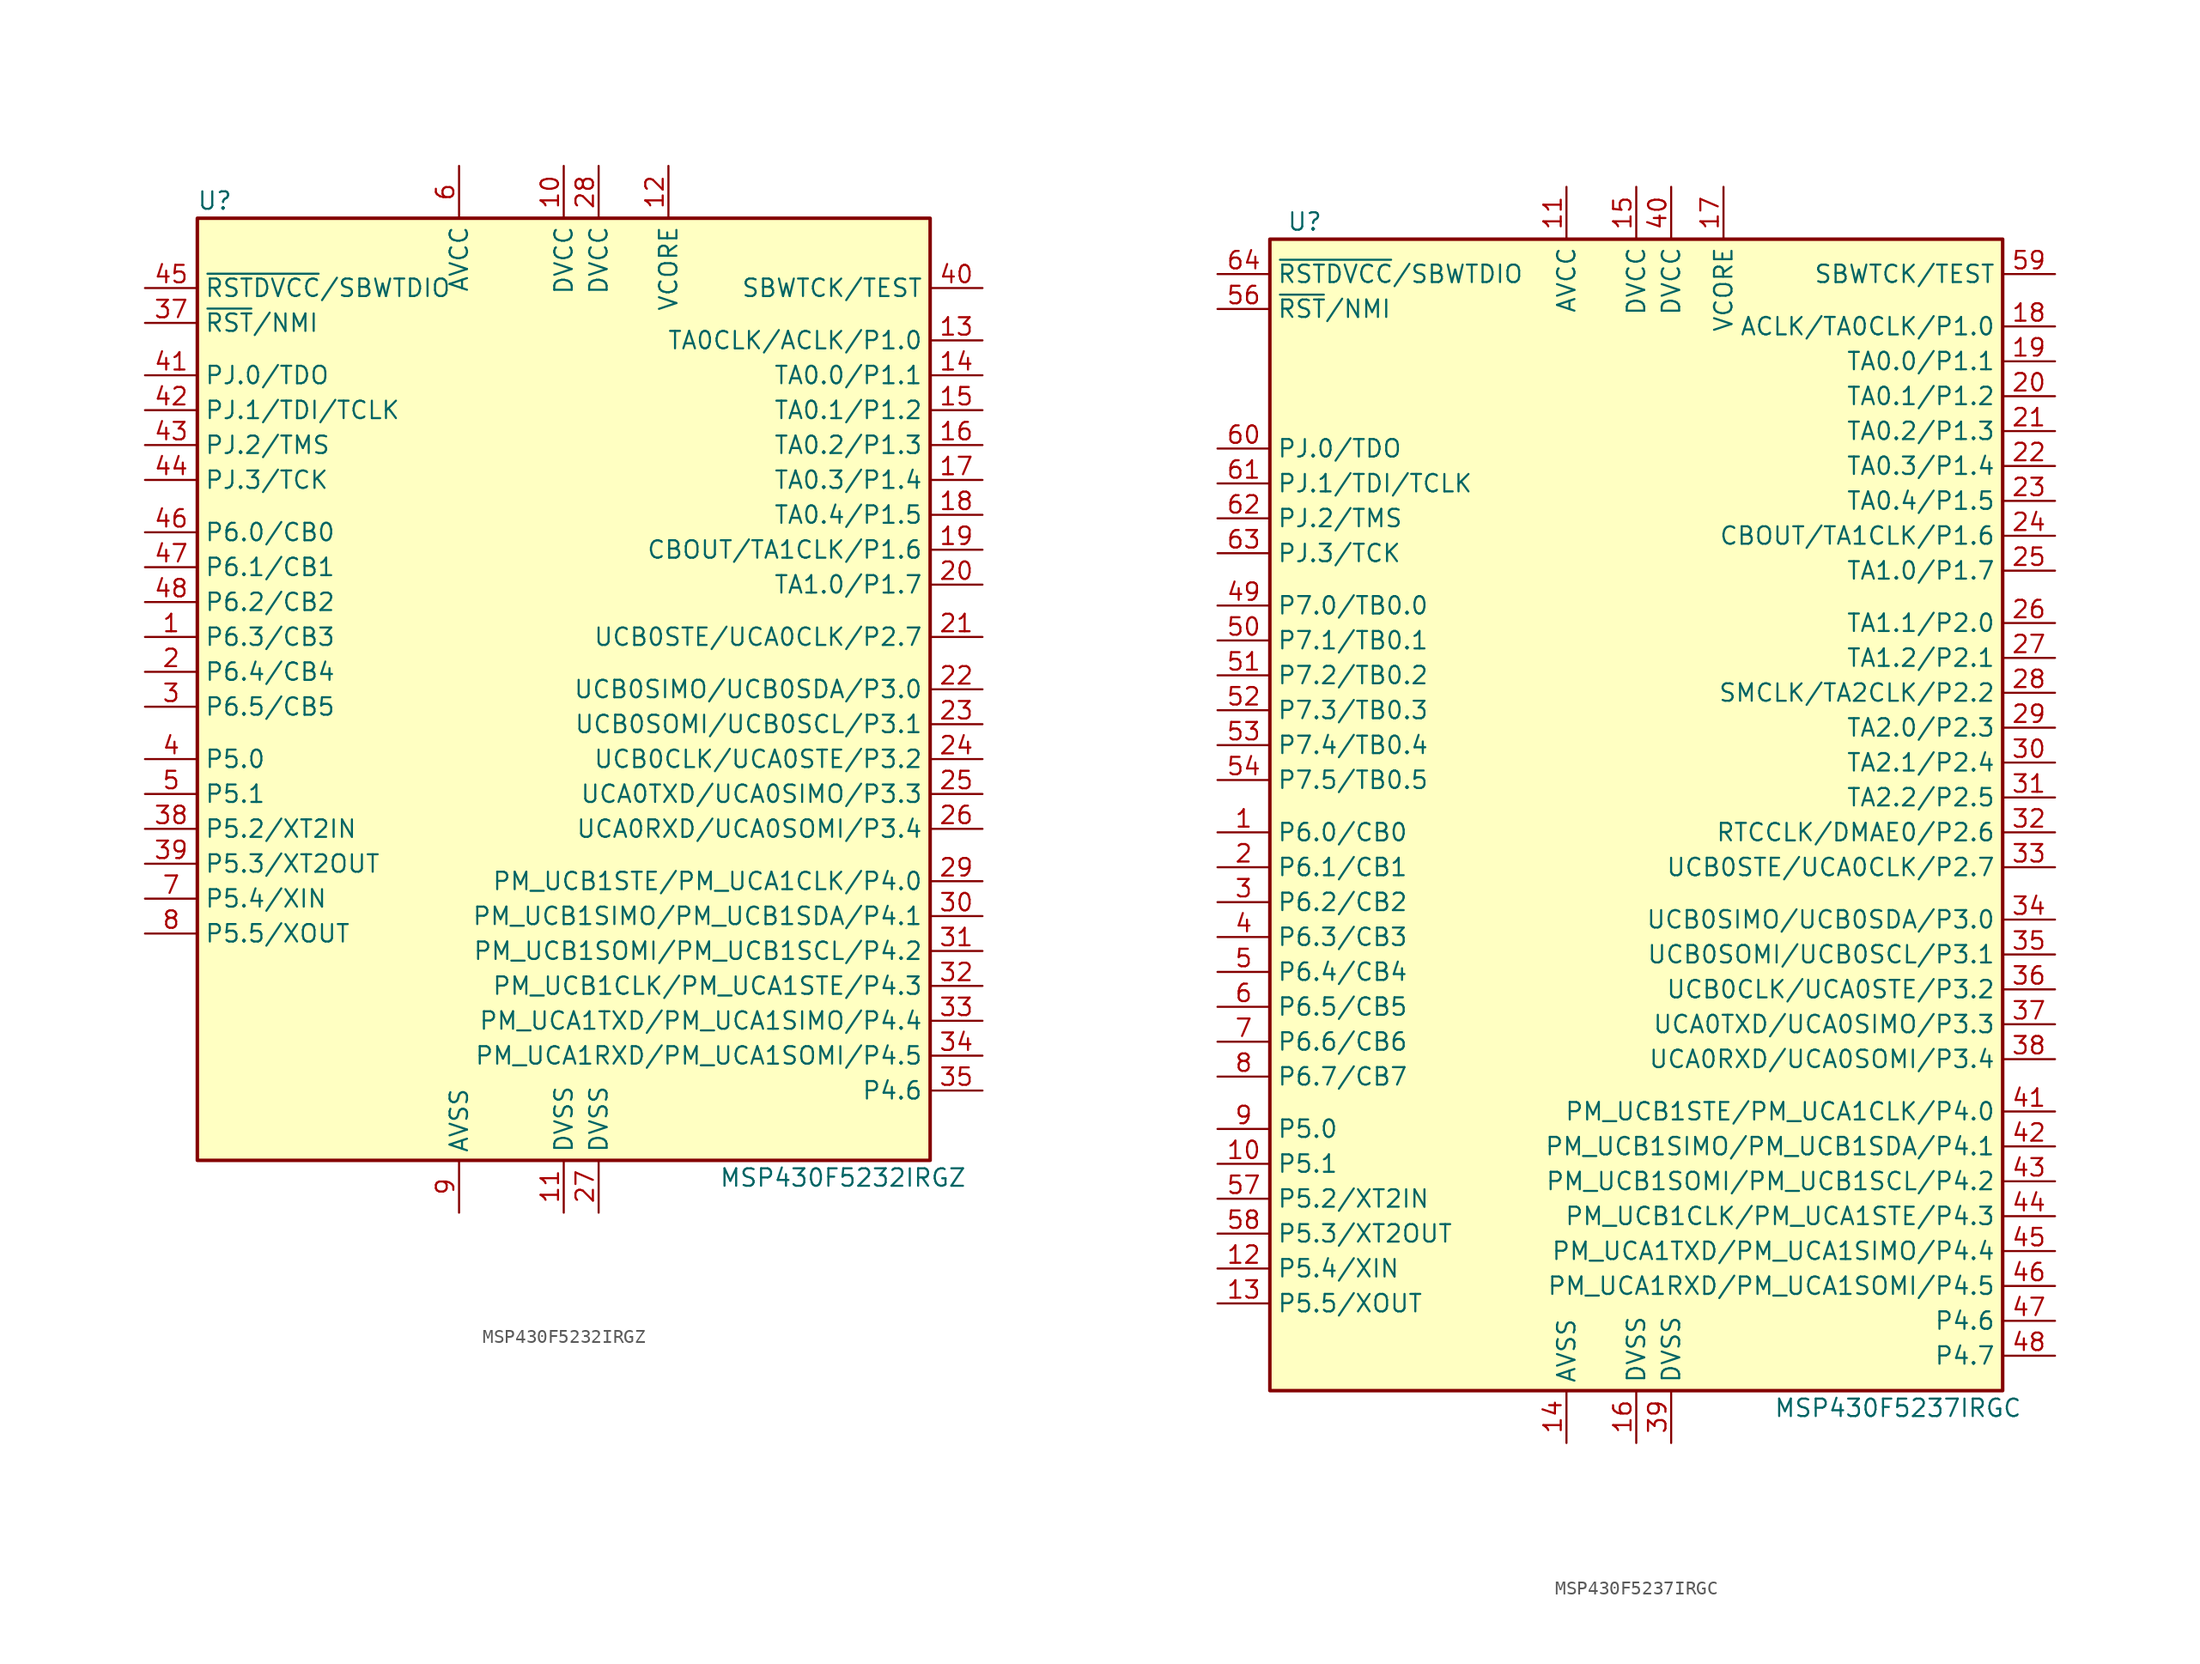
<source format=kicad_sym>
(kicad_symbol_lib
  (version 20231120)
  (generator "kicad_symbol_editor")
  (generator_version "8.0")
  (symbol "MSP430F5232IRGZ"
    (property "Reference" "U"
      (at -25.4 35.56 0)
      (effects (font (size 1.27 1.27))))
    (property "Value" "MSP430F5232IRGZ"
      (at 20.32 -35.56 0)
      (effects (font (size 1.27 1.27))))
    (symbol "MSP430F5232IRGZ_0_1"
      (rectangle (start -26.67 34.29) (end 26.67 -34.29) (stroke (width 0.254) (type default)) (fill (type background))))
    (symbol "MSP430F5232IRGZ_1_1"
      (pin bidirectional line (at -30.48 3.81 0) (length 3.81) (name "P6.3/CB3" (effects (font (size 1.27 1.27)))) (number "1" (effects (font (size 1.27 1.27)))))
      (pin power_in line (at 0 38.1 270) (length 3.81) (name "DVCC" (effects (font (size 1.27 1.27)))) (number "10" (effects (font (size 1.27 1.27)))))
      (pin power_in line (at 0 -38.1 90) (length 3.81) (name "DVSS" (effects (font (size 1.27 1.27)))) (number "11" (effects (font (size 1.27 1.27)))))
      (pin passive line (at 7.62 38.1 270) (length 3.81) (name "VCORE" (effects (font (size 1.27 1.27)))) (number "12" (effects (font (size 1.27 1.27)))))
      (pin bidirectional line (at 30.48 25.4 180) (length 3.81) (name "TA0CLK/ACLK/P1.0" (effects (font (size 1.27 1.27)))) (number "13" (effects (font (size 1.27 1.27)))))
      (pin bidirectional line (at 30.48 22.86 180) (length 3.81) (name "TA0.0/P1.1" (effects (font (size 1.27 1.27)))) (number "14" (effects (font (size 1.27 1.27)))))
      (pin bidirectional line (at 30.48 20.32 180) (length 3.81) (name "TA0.1/P1.2" (effects (font (size 1.27 1.27)))) (number "15" (effects (font (size 1.27 1.27)))))
      (pin bidirectional line (at 30.48 17.78 180) (length 3.81) (name "TA0.2/P1.3" (effects (font (size 1.27 1.27)))) (number "16" (effects (font (size 1.27 1.27)))))
      (pin bidirectional line (at 30.48 15.24 180) (length 3.81) (name "TA0.3/P1.4" (effects (font (size 1.27 1.27)))) (number "17" (effects (font (size 1.27 1.27)))))
      (pin bidirectional line (at 30.48 12.7 180) (length 3.81) (name "TA0.4/P1.5" (effects (font (size 1.27 1.27)))) (number "18" (effects (font (size 1.27 1.27)))))
      (pin bidirectional line (at 30.48 10.16 180) (length 3.81) (name "CBOUT/TA1CLK/P1.6" (effects (font (size 1.27 1.27)))) (number "19" (effects (font (size 1.27 1.27)))))
      (pin bidirectional line (at -30.48 1.27 0) (length 3.81) (name "P6.4/CB4" (effects (font (size 1.27 1.27)))) (number "2" (effects (font (size 1.27 1.27)))))
      (pin bidirectional line (at 30.48 7.62 180) (length 3.81) (name "TA1.0/P1.7" (effects (font (size 1.27 1.27)))) (number "20" (effects (font (size 1.27 1.27)))))
      (pin bidirectional line (at 30.48 3.81 180) (length 3.81) (name "UCB0STE/UCA0CLK/P2.7" (effects (font (size 1.27 1.27)))) (number "21" (effects (font (size 1.27 1.27)))))
      (pin bidirectional line (at 30.48 0 180) (length 3.81) (name "UCB0SIMO/UCB0SDA/P3.0" (effects (font (size 1.27 1.27)))) (number "22" (effects (font (size 1.27 1.27)))))
      (pin bidirectional line (at 30.48 -2.54 180) (length 3.81) (name "UCB0SOMI/UCB0SCL/P3.1" (effects (font (size 1.27 1.27)))) (number "23" (effects (font (size 1.27 1.27)))))
      (pin bidirectional line (at 30.48 -5.08 180) (length 3.81) (name "UCB0CLK/UCA0STE/P3.2" (effects (font (size 1.27 1.27)))) (number "24" (effects (font (size 1.27 1.27)))))
      (pin bidirectional line (at 30.48 -7.62 180) (length 3.81) (name "UCA0TXD/UCA0SIMO/P3.3" (effects (font (size 1.27 1.27)))) (number "25" (effects (font (size 1.27 1.27)))))
      (pin bidirectional line (at 30.48 -10.16 180) (length 3.81) (name "UCA0RXD/UCA0SOMI/P3.4" (effects (font (size 1.27 1.27)))) (number "26" (effects (font (size 1.27 1.27)))))
      (pin power_in line (at 2.54 -38.1 90) (length 3.81) (name "DVSS" (effects (font (size 1.27 1.27)))) (number "27" (effects (font (size 1.27 1.27)))))
      (pin power_in line (at 2.54 38.1 270) (length 3.81) (name "DVCC" (effects (font (size 1.27 1.27)))) (number "28" (effects (font (size 1.27 1.27)))))
      (pin bidirectional line (at 30.48 -13.97 180) (length 3.81) (name "PM_UCB1STE/PM_UCA1CLK/P4.0" (effects (font (size 1.27 1.27)))) (number "29" (effects (font (size 1.27 1.27)))))
      (pin bidirectional line (at -30.48 -1.27 0) (length 3.81) (name "P6.5/CB5" (effects (font (size 1.27 1.27)))) (number "3" (effects (font (size 1.27 1.27)))))
      (pin bidirectional line (at 30.48 -16.51 180) (length 3.81) (name "PM_UCB1SIMO/PM_UCB1SDA/P4.1" (effects (font (size 1.27 1.27)))) (number "30" (effects (font (size 1.27 1.27)))))
      (pin bidirectional line (at 30.48 -19.05 180) (length 3.81) (name "PM_UCB1SOMI/PM_UCB1SCL/P4.2" (effects (font (size 1.27 1.27)))) (number "31" (effects (font (size 1.27 1.27)))))
      (pin bidirectional line (at 30.48 -21.59 180) (length 3.81) (name "PM_UCB1CLK/PM_UCA1STE/P4.3" (effects (font (size 1.27 1.27)))) (number "32" (effects (font (size 1.27 1.27)))))
      (pin bidirectional line (at 30.48 -24.13 180) (length 3.81) (name "PM_UCA1TXD/PM_UCA1SIMO/P4.4" (effects (font (size 1.27 1.27)))) (number "33" (effects (font (size 1.27 1.27)))))
      (pin bidirectional line (at 30.48 -26.67 180) (length 3.81) (name "PM_UCA1RXD/PM_UCA1SOMI/P4.5" (effects (font (size 1.27 1.27)))) (number "34" (effects (font (size 1.27 1.27)))))
      (pin bidirectional line (at 30.48 -29.21 180) (length 3.81) (name "P4.6" (effects (font (size 1.27 1.27)))) (number "35" (effects (font (size 1.27 1.27)))))
      (pin input line (at -30.48 26.67 0) (length 3.81) (name "~{RST}/NMI" (effects (font (size 1.27 1.27)))) (number "37" (effects (font (size 1.27 1.27)))))
      (pin bidirectional line (at -30.48 -10.16 0) (length 3.81) (name "P5.2/XT2IN" (effects (font (size 1.27 1.27)))) (number "38" (effects (font (size 1.27 1.27)))))
      (pin bidirectional line (at -30.48 -12.7 0) (length 3.81) (name "P5.3/XT2OUT" (effects (font (size 1.27 1.27)))) (number "39" (effects (font (size 1.27 1.27)))))
      (pin bidirectional line (at -30.48 -5.08 0) (length 3.81) (name "P5.0" (effects (font (size 1.27 1.27)))) (number "4" (effects (font (size 1.27 1.27)))))
      (pin input line (at 30.48 29.21 180) (length 3.81) (name "SBWTCK/TEST" (effects (font (size 1.27 1.27)))) (number "40" (effects (font (size 1.27 1.27)))))
      (pin bidirectional line (at -30.48 22.86 0) (length 3.81) (name "PJ.0/TDO" (effects (font (size 1.27 1.27)))) (number "41" (effects (font (size 1.27 1.27)))))
      (pin bidirectional line (at -30.48 20.32 0) (length 3.81) (name "PJ.1/TDI/TCLK" (effects (font (size 1.27 1.27)))) (number "42" (effects (font (size 1.27 1.27)))))
      (pin bidirectional line (at -30.48 17.78 0) (length 3.81) (name "PJ.2/TMS" (effects (font (size 1.27 1.27)))) (number "43" (effects (font (size 1.27 1.27)))))
      (pin bidirectional line (at -30.48 15.24 0) (length 3.81) (name "PJ.3/TCK" (effects (font (size 1.27 1.27)))) (number "44" (effects (font (size 1.27 1.27)))))
      (pin bidirectional line (at -30.48 29.21 0) (length 3.81) (name "~{RSTDVCC}/SBWTDIO" (effects (font (size 1.27 1.27)))) (number "45" (effects (font (size 1.27 1.27)))))
      (pin bidirectional line (at -30.48 11.43 0) (length 3.81) (name "P6.0/CB0" (effects (font (size 1.27 1.27)))) (number "46" (effects (font (size 1.27 1.27)))))
      (pin bidirectional line (at -30.48 8.89 0) (length 3.81) (name "P6.1/CB1" (effects (font (size 1.27 1.27)))) (number "47" (effects (font (size 1.27 1.27)))))
      (pin bidirectional line (at -30.48 6.35 0) (length 3.81) (name "P6.2/CB2" (effects (font (size 1.27 1.27)))) (number "48" (effects (font (size 1.27 1.27)))))
      (pin bidirectional line (at -30.48 -7.62 0) (length 3.81) (name "P5.1" (effects (font (size 1.27 1.27)))) (number "5" (effects (font (size 1.27 1.27)))))
      (pin power_in line (at -7.62 38.1 270) (length 3.81) (name "AVCC" (effects (font (size 1.27 1.27)))) (number "6" (effects (font (size 1.27 1.27)))))
      (pin bidirectional line (at -30.48 -15.24 0) (length 3.81) (name "P5.4/XIN" (effects (font (size 1.27 1.27)))) (number "7" (effects (font (size 1.27 1.27)))))
      (pin bidirectional line (at -30.48 -17.78 0) (length 3.81) (name "P5.5/XOUT" (effects (font (size 1.27 1.27)))) (number "8" (effects (font (size 1.27 1.27)))))
      (pin power_in line (at -7.62 -38.1 90) (length 3.81) (name "AVSS" (effects (font (size 1.27 1.27)))) (number "9" (effects (font (size 1.27 1.27)))))))
  (symbol "MSP430F5237IRGC"
    (property "Reference" "U"
      (at -24.13 43.18 0)
      (effects (font (size 1.27 1.27))))
    (property "Value" "MSP430F5237IRGC"
      (at 19.05 -43.18 0)
      (effects (font (size 1.27 1.27))))
    (symbol "MSP430F5237IRGC_0_1"
      (rectangle (start -26.67 41.91) (end 26.67 -41.91) (stroke (width 0.254) (type default)) (fill (type background))))
    (symbol "MSP430F5237IRGC_1_1"
      (pin bidirectional line (at -30.48 -1.27 0) (length 3.81) (name "P6.0/CB0" (effects (font (size 1.27 1.27)))) (number "1" (effects (font (size 1.27 1.27)))))
      (pin bidirectional line (at -30.48 -25.4 0) (length 3.81) (name "P5.1" (effects (font (size 1.27 1.27)))) (number "10" (effects (font (size 1.27 1.27)))))
      (pin power_in line (at -5.08 45.72 270) (length 3.81) (name "AVCC" (effects (font (size 1.27 1.27)))) (number "11" (effects (font (size 1.27 1.27)))))
      (pin bidirectional line (at -30.48 -33.02 0) (length 3.81) (name "P5.4/XIN" (effects (font (size 1.27 1.27)))) (number "12" (effects (font (size 1.27 1.27)))))
      (pin bidirectional line (at -30.48 -35.56 0) (length 3.81) (name "P5.5/XOUT" (effects (font (size 1.27 1.27)))) (number "13" (effects (font (size 1.27 1.27)))))
      (pin power_in line (at -5.08 -45.72 90) (length 3.81) (name "AVSS" (effects (font (size 1.27 1.27)))) (number "14" (effects (font (size 1.27 1.27)))))
      (pin power_in line (at 0 45.72 270) (length 3.81) (name "DVCC" (effects (font (size 1.27 1.27)))) (number "15" (effects (font (size 1.27 1.27)))))
      (pin power_in line (at 0 -45.72 90) (length 3.81) (name "DVSS" (effects (font (size 1.27 1.27)))) (number "16" (effects (font (size 1.27 1.27)))))
      (pin power_in line (at 6.35 45.72 270) (length 3.81) (name "VCORE" (effects (font (size 1.27 1.27)))) (number "17" (effects (font (size 1.27 1.27)))))
      (pin bidirectional line (at 30.48 35.56 180) (length 3.81) (name "ACLK/TA0CLK/P1.0" (effects (font (size 1.27 1.27)))) (number "18" (effects (font (size 1.27 1.27)))))
      (pin bidirectional line (at 30.48 33.02 180) (length 3.81) (name "TA0.0/P1.1" (effects (font (size 1.27 1.27)))) (number "19" (effects (font (size 1.27 1.27)))))
      (pin bidirectional line (at -30.48 -3.81 0) (length 3.81) (name "P6.1/CB1" (effects (font (size 1.27 1.27)))) (number "2" (effects (font (size 1.27 1.27)))))
      (pin bidirectional line (at 30.48 30.48 180) (length 3.81) (name "TA0.1/P1.2" (effects (font (size 1.27 1.27)))) (number "20" (effects (font (size 1.27 1.27)))))
      (pin bidirectional line (at 30.48 27.94 180) (length 3.81) (name "TA0.2/P1.3" (effects (font (size 1.27 1.27)))) (number "21" (effects (font (size 1.27 1.27)))))
      (pin bidirectional line (at 30.48 25.4 180) (length 3.81) (name "TA0.3/P1.4" (effects (font (size 1.27 1.27)))) (number "22" (effects (font (size 1.27 1.27)))))
      (pin bidirectional line (at 30.48 22.86 180) (length 3.81) (name "TA0.4/P1.5" (effects (font (size 1.27 1.27)))) (number "23" (effects (font (size 1.27 1.27)))))
      (pin bidirectional line (at 30.48 20.32 180) (length 3.81) (name "CBOUT/TA1CLK/P1.6" (effects (font (size 1.27 1.27)))) (number "24" (effects (font (size 1.27 1.27)))))
      (pin bidirectional line (at 30.48 17.78 180) (length 3.81) (name "TA1.0/P1.7" (effects (font (size 1.27 1.27)))) (number "25" (effects (font (size 1.27 1.27)))))
      (pin bidirectional line (at 30.48 13.97 180) (length 3.81) (name "TA1.1/P2.0" (effects (font (size 1.27 1.27)))) (number "26" (effects (font (size 1.27 1.27)))))
      (pin bidirectional line (at 30.48 11.43 180) (length 3.81) (name "TA1.2/P2.1" (effects (font (size 1.27 1.27)))) (number "27" (effects (font (size 1.27 1.27)))))
      (pin bidirectional line (at 30.48 8.89 180) (length 3.81) (name "SMCLK/TA2CLK/P2.2" (effects (font (size 1.27 1.27)))) (number "28" (effects (font (size 1.27 1.27)))))
      (pin bidirectional line (at 30.48 6.35 180) (length 3.81) (name "TA2.0/P2.3" (effects (font (size 1.27 1.27)))) (number "29" (effects (font (size 1.27 1.27)))))
      (pin bidirectional line (at -30.48 -6.35 0) (length 3.81) (name "P6.2/CB2" (effects (font (size 1.27 1.27)))) (number "3" (effects (font (size 1.27 1.27)))))
      (pin bidirectional line (at 30.48 3.81 180) (length 3.81) (name "TA2.1/P2.4" (effects (font (size 1.27 1.27)))) (number "30" (effects (font (size 1.27 1.27)))))
      (pin bidirectional line (at 30.48 1.27 180) (length 3.81) (name "TA2.2/P2.5" (effects (font (size 1.27 1.27)))) (number "31" (effects (font (size 1.27 1.27)))))
      (pin bidirectional line (at 30.48 -1.27 180) (length 3.81) (name "RTCCLK/DMAE0/P2.6" (effects (font (size 1.27 1.27)))) (number "32" (effects (font (size 1.27 1.27)))))
      (pin bidirectional line (at 30.48 -3.81 180) (length 3.81) (name "UCB0STE/UCA0CLK/P2.7" (effects (font (size 1.27 1.27)))) (number "33" (effects (font (size 1.27 1.27)))))
      (pin bidirectional line (at 30.48 -7.62 180) (length 3.81) (name "UCB0SIMO/UCB0SDA/P3.0" (effects (font (size 1.27 1.27)))) (number "34" (effects (font (size 1.27 1.27)))))
      (pin bidirectional line (at 30.48 -10.16 180) (length 3.81) (name "UCB0SOMI/UCB0SCL/P3.1" (effects (font (size 1.27 1.27)))) (number "35" (effects (font (size 1.27 1.27)))))
      (pin bidirectional line (at 30.48 -12.7 180) (length 3.81) (name "UCB0CLK/UCA0STE/P3.2" (effects (font (size 1.27 1.27)))) (number "36" (effects (font (size 1.27 1.27)))))
      (pin bidirectional line (at 30.48 -15.24 180) (length 3.81) (name "UCA0TXD/UCA0SIMO/P3.3" (effects (font (size 1.27 1.27)))) (number "37" (effects (font (size 1.27 1.27)))))
      (pin bidirectional line (at 30.48 -17.78 180) (length 3.81) (name "UCA0RXD/UCA0SOMI/P3.4" (effects (font (size 1.27 1.27)))) (number "38" (effects (font (size 1.27 1.27)))))
      (pin power_in line (at 2.54 -45.72 90) (length 3.81) (name "DVSS" (effects (font (size 1.27 1.27)))) (number "39" (effects (font (size 1.27 1.27)))))
      (pin bidirectional line (at -30.48 -8.89 0) (length 3.81) (name "P6.3/CB3" (effects (font (size 1.27 1.27)))) (number "4" (effects (font (size 1.27 1.27)))))
      (pin power_in line (at 2.54 45.72 270) (length 3.81) (name "DVCC" (effects (font (size 1.27 1.27)))) (number "40" (effects (font (size 1.27 1.27)))))
      (pin bidirectional line (at 30.48 -21.59 180) (length 3.81) (name "PM_UCB1STE/PM_UCA1CLK/P4.0" (effects (font (size 1.27 1.27)))) (number "41" (effects (font (size 1.27 1.27)))))
      (pin bidirectional line (at 30.48 -24.13 180) (length 3.81) (name "PM_UCB1SIMO/PM_UCB1SDA/P4.1" (effects (font (size 1.27 1.27)))) (number "42" (effects (font (size 1.27 1.27)))))
      (pin bidirectional line (at 30.48 -26.67 180) (length 3.81) (name "PM_UCB1SOMI/PM_UCB1SCL/P4.2" (effects (font (size 1.27 1.27)))) (number "43" (effects (font (size 1.27 1.27)))))
      (pin bidirectional line (at 30.48 -29.21 180) (length 3.81) (name "PM_UCB1CLK/PM_UCA1STE/P4.3" (effects (font (size 1.27 1.27)))) (number "44" (effects (font (size 1.27 1.27)))))
      (pin bidirectional line (at 30.48 -31.75 180) (length 3.81) (name "PM_UCA1TXD/PM_UCA1SIMO/P4.4" (effects (font (size 1.27 1.27)))) (number "45" (effects (font (size 1.27 1.27)))))
      (pin bidirectional line (at 30.48 -34.29 180) (length 3.81) (name "PM_UCA1RXD/PM_UCA1SOMI/P4.5" (effects (font (size 1.27 1.27)))) (number "46" (effects (font (size 1.27 1.27)))))
      (pin bidirectional line (at 30.48 -36.83 180) (length 3.81) (name "P4.6" (effects (font (size 1.27 1.27)))) (number "47" (effects (font (size 1.27 1.27)))))
      (pin bidirectional line (at 30.48 -39.37 180) (length 3.81) (name "P4.7" (effects (font (size 1.27 1.27)))) (number "48" (effects (font (size 1.27 1.27)))))
      (pin bidirectional line (at -30.48 15.24 0) (length 3.81) (name "P7.0/TB0.0" (effects (font (size 1.27 1.27)))) (number "49" (effects (font (size 1.27 1.27)))))
      (pin bidirectional line (at -30.48 -11.43 0) (length 3.81) (name "P6.4/CB4" (effects (font (size 1.27 1.27)))) (number "5" (effects (font (size 1.27 1.27)))))
      (pin bidirectional line (at -30.48 12.7 0) (length 3.81) (name "P7.1/TB0.1" (effects (font (size 1.27 1.27)))) (number "50" (effects (font (size 1.27 1.27)))))
      (pin bidirectional line (at -30.48 10.16 0) (length 3.81) (name "P7.2/TB0.2" (effects (font (size 1.27 1.27)))) (number "51" (effects (font (size 1.27 1.27)))))
      (pin bidirectional line (at -30.48 7.62 0) (length 3.81) (name "P7.3/TB0.3" (effects (font (size 1.27 1.27)))) (number "52" (effects (font (size 1.27 1.27)))))
      (pin bidirectional line (at -30.48 5.08 0) (length 3.81) (name "P7.4/TB0.4" (effects (font (size 1.27 1.27)))) (number "53" (effects (font (size 1.27 1.27)))))
      (pin bidirectional line (at -30.48 2.54 0) (length 3.81) (name "P7.5/TB0.5" (effects (font (size 1.27 1.27)))) (number "54" (effects (font (size 1.27 1.27)))))
      (pin input line (at -30.48 36.83 0) (length 3.81) (name "~{RST}/NMI" (effects (font (size 1.27 1.27)))) (number "56" (effects (font (size 1.27 1.27)))))
      (pin bidirectional line (at -30.48 -27.94 0) (length 3.81) (name "P5.2/XT2IN" (effects (font (size 1.27 1.27)))) (number "57" (effects (font (size 1.27 1.27)))))
      (pin bidirectional line (at -30.48 -30.48 0) (length 3.81) (name "P5.3/XT2OUT" (effects (font (size 1.27 1.27)))) (number "58" (effects (font (size 1.27 1.27)))))
      (pin input line (at 30.48 39.37 180) (length 3.81) (name "SBWTCK/TEST" (effects (font (size 1.27 1.27)))) (number "59" (effects (font (size 1.27 1.27)))))
      (pin bidirectional line (at -30.48 -13.97 0) (length 3.81) (name "P6.5/CB5" (effects (font (size 1.27 1.27)))) (number "6" (effects (font (size 1.27 1.27)))))
      (pin bidirectional line (at -30.48 26.67 0) (length 3.81) (name "PJ.0/TDO" (effects (font (size 1.27 1.27)))) (number "60" (effects (font (size 1.27 1.27)))))
      (pin bidirectional line (at -30.48 24.13 0) (length 3.81) (name "PJ.1/TDI/TCLK" (effects (font (size 1.27 1.27)))) (number "61" (effects (font (size 1.27 1.27)))))
      (pin bidirectional line (at -30.48 21.59 0) (length 3.81) (name "PJ.2/TMS" (effects (font (size 1.27 1.27)))) (number "62" (effects (font (size 1.27 1.27)))))
      (pin bidirectional line (at -30.48 19.05 0) (length 3.81) (name "PJ.3/TCK" (effects (font (size 1.27 1.27)))) (number "63" (effects (font (size 1.27 1.27)))))
      (pin bidirectional line (at -30.48 39.37 0) (length 3.81) (name "~{RSTDVCC}/SBWTDIO" (effects (font (size 1.27 1.27)))) (number "64" (effects (font (size 1.27 1.27)))))
      (pin bidirectional line (at -30.48 -16.51 0) (length 3.81) (name "P6.6/CB6" (effects (font (size 1.27 1.27)))) (number "7" (effects (font (size 1.27 1.27)))))
      (pin bidirectional line (at -30.48 -19.05 0) (length 3.81) (name "P6.7/CB7" (effects (font (size 1.27 1.27)))) (number "8" (effects (font (size 1.27 1.27)))))
      (pin bidirectional line (at -30.48 -22.86 0) (length 3.81) (name "P5.0" (effects (font (size 1.27 1.27)))) (number "9" (effects (font (size 1.27 1.27))))))))
</source>
